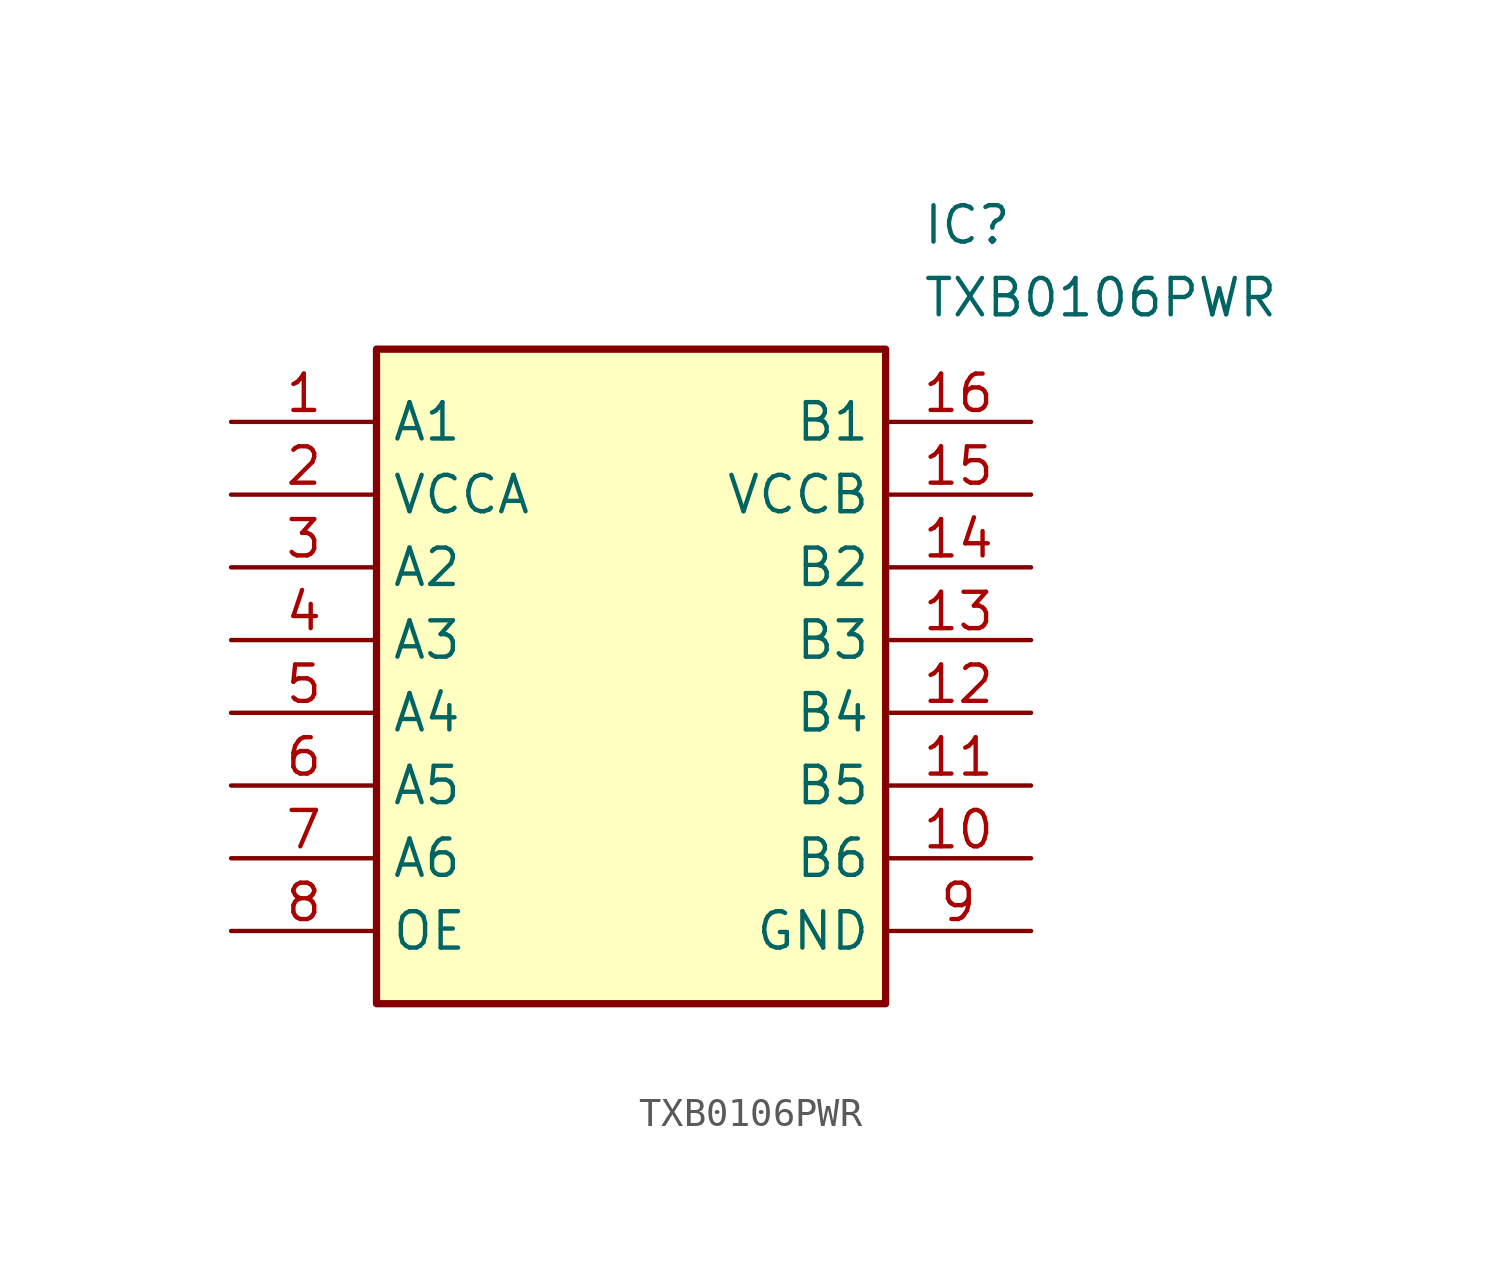
<source format=kicad_sym>
(kicad_symbol_lib
  (version 20211014)
  (generator SamacSys_ECAD_Model)
  (symbol "TXB0106PWR"
    (property "Reference" "IC"
      (at 24.13 7.62 0)
      (effects (font (size 1.27 1.27)) (justify left top)))
    (property "Value" "TXB0106PWR"
      (at 24.13 5.08 0)
      (effects (font (size 1.27 1.27)) (justify left top)))
    (rectangle
      (start 5.08 2.54)
      (end 22.86 -20.32)
      (stroke (width 0.254) (type default))
      (fill (type background)))
    (pin passive line
      (at 0 0 0)
      (length 5.08)
      (name "A1" (effects (font (size 1.27 1.27))))
      (number "1" (effects (font (size 1.27 1.27)))))
    (pin passive line
      (at 0 -2.54 0)
      (length 5.08)
      (name "VCCA" (effects (font (size 1.27 1.27))))
      (number "2" (effects (font (size 1.27 1.27)))))
    (pin passive line
      (at 0 -5.08 0)
      (length 5.08)
      (name "A2" (effects (font (size 1.27 1.27))))
      (number "3" (effects (font (size 1.27 1.27)))))
    (pin passive line
      (at 0 -7.62 0)
      (length 5.08)
      (name "A3" (effects (font (size 1.27 1.27))))
      (number "4" (effects (font (size 1.27 1.27)))))
    (pin passive line
      (at 0 -10.16 0)
      (length 5.08)
      (name "A4" (effects (font (size 1.27 1.27))))
      (number "5" (effects (font (size 1.27 1.27)))))
    (pin passive line
      (at 0 -12.7 0)
      (length 5.08)
      (name "A5" (effects (font (size 1.27 1.27))))
      (number "6" (effects (font (size 1.27 1.27)))))
    (pin passive line
      (at 0 -15.24 0)
      (length 5.08)
      (name "A6" (effects (font (size 1.27 1.27))))
      (number "7" (effects (font (size 1.27 1.27)))))
    (pin passive line
      (at 0 -17.78 0)
      (length 5.08)
      (name "OE" (effects (font (size 1.27 1.27))))
      (number "8" (effects (font (size 1.27 1.27)))))
    (pin passive line
      (at 27.94 0 180)
      (length 5.08)
      (name "B1" (effects (font (size 1.27 1.27))))
      (number "16" (effects (font (size 1.27 1.27)))))
    (pin passive line
      (at 27.94 -2.54 180)
      (length 5.08)
      (name "VCCB" (effects (font (size 1.27 1.27))))
      (number "15" (effects (font (size 1.27 1.27)))))
    (pin passive line
      (at 27.94 -5.08 180)
      (length 5.08)
      (name "B2" (effects (font (size 1.27 1.27))))
      (number "14" (effects (font (size 1.27 1.27)))))
    (pin passive line
      (at 27.94 -7.62 180)
      (length 5.08)
      (name "B3" (effects (font (size 1.27 1.27))))
      (number "13" (effects (font (size 1.27 1.27)))))
    (pin passive line
      (at 27.94 -10.16 180)
      (length 5.08)
      (name "B4" (effects (font (size 1.27 1.27))))
      (number "12" (effects (font (size 1.27 1.27)))))
    (pin passive line
      (at 27.94 -12.7 180)
      (length 5.08)
      (name "B5" (effects (font (size 1.27 1.27))))
      (number "11" (effects (font (size 1.27 1.27)))))
    (pin passive line
      (at 27.94 -15.24 180)
      (length 5.08)
      (name "B6" (effects (font (size 1.27 1.27))))
      (number "10" (effects (font (size 1.27 1.27)))))
    (pin passive line
      (at 27.94 -17.78 180)
      (length 5.08)
      (name "GND" (effects (font (size 1.27 1.27))))
      (number "9" (effects (font (size 1.27 1.27)))))))
</source>
